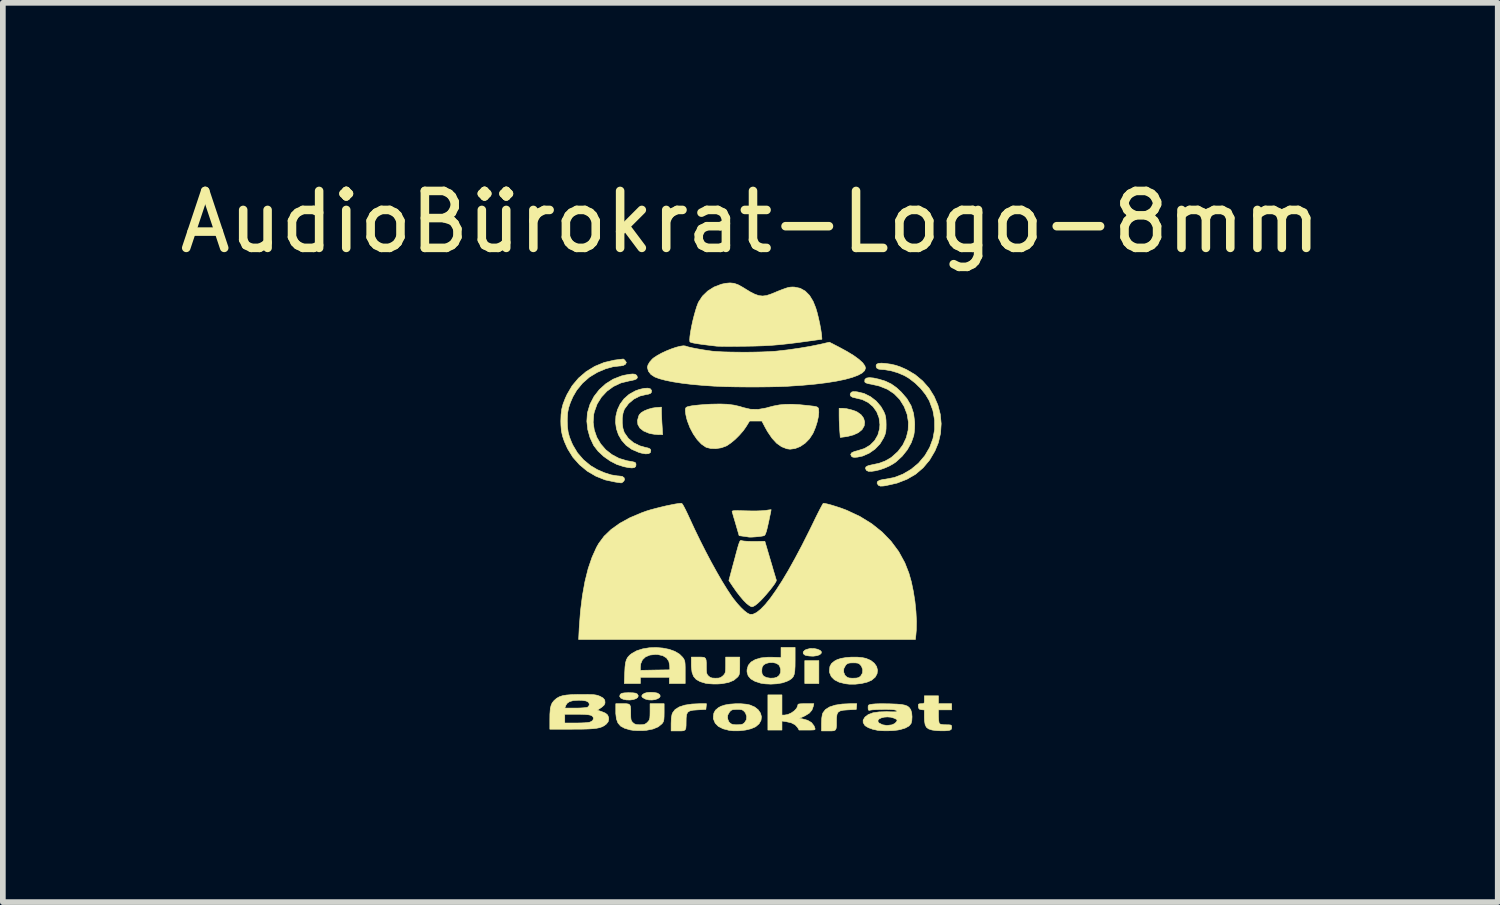
<source format=kicad_pcb>
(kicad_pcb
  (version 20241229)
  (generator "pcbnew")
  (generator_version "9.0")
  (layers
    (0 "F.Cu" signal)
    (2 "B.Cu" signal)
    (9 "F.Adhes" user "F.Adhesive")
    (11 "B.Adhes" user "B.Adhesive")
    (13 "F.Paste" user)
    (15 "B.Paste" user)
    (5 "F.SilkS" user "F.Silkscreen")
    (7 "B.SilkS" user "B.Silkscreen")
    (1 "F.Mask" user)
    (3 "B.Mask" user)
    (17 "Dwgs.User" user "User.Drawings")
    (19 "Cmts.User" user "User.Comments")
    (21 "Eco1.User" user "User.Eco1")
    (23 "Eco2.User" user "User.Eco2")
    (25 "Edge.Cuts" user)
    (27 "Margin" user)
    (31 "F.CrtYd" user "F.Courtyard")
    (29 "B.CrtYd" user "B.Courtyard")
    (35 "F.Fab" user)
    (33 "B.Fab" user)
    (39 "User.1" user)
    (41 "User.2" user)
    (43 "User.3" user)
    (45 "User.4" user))
  (footprint "AudioBürokrat-Logo-8mm"
    (layer "F.Cu")
    (at 10.125 5.848)
    (property "Reference" "AudioBürokrat-Logo-8mm" (at 0 -5 0) (layer "F.SilkS") (effects (font (size 1 1) (thickness 0.15))))
    (attr through_hole)
    (fp_poly (pts (xy 1.204 3.104) (xy 0.957 3.104) (xy 0.957 2.702) (xy 1.204 2.702) (xy 1.204 3.104)) (stroke (width 0.01) (type solid)) (fill yes) (layer "F.SilkS"))
    (fp_poly (pts (xy 1.126 2.491) (xy 1.178 2.502) (xy 1.227 2.523) (xy 1.249 2.548) (xy 1.245 2.574) (xy 1.219 2.598) (xy 1.173 2.615) (xy 1.109 2.624) (xy 1.091 2.624) (xy 1.034 2.621) (xy 0.985 2.613) (xy 0.961 2.606) (xy 0.931 2.581) (xy 0.929 2.551) (xy 0.955 2.522) (xy 0.98 2.508) (xy 1.051 2.489) (xy 1.126 2.491)) (stroke (width 0.01) (type solid)) (fill yes) (layer "F.SilkS"))
    (fp_poly (pts (xy -1.692 3.262) (xy -1.638 3.271) (xy -1.621 3.278) (xy -1.588 3.303) (xy -1.582 3.328) (xy -1.596 3.352) (xy -1.629 3.372) (xy -1.673 3.387) (xy -1.726 3.394) (xy -1.782 3.392) (xy -1.837 3.379) (xy -1.847 3.375) (xy -1.893 3.349) (xy -1.907 3.324) (xy -1.892 3.298) (xy -1.858 3.276) (xy -1.815 3.264) (xy -1.755 3.259) (xy -1.692 3.262)) (stroke (width 0.01) (type solid)) (fill yes) (layer "F.SilkS"))
    (fp_poly (pts (xy -2.06 3.268) (xy -2.015 3.274) (xy -1.988 3.287) (xy -1.984 3.29) (xy -1.967 3.32) (xy -1.977 3.348) (xy -2.007 3.37) (xy -2.054 3.386) (xy -2.112 3.394) (xy -2.176 3.392) (xy -2.233 3.38) (xy -2.276 3.359) (xy -2.294 3.329) (xy -2.284 3.297) (xy -2.278 3.29) (xy -2.254 3.276) (xy -2.213 3.269) (xy -2.148 3.266) (xy -2.131 3.266) (xy -2.06 3.268)) (stroke (width 0.01) (type solid)) (fill yes) (layer "F.SilkS"))
    (fp_poly (pts (xy 1.617 -1.729) (xy 1.688 -1.722) (xy 1.769 -1.703) (xy 1.846 -1.678) (xy 1.878 -1.663) (xy 1.946 -1.614) (xy 1.99 -1.554) (xy 2.008 -1.488) (xy 2 -1.42) (xy 1.963 -1.356) (xy 1.96 -1.352) (xy 1.899 -1.302) (xy 1.813 -1.262) (xy 1.711 -1.235) (xy 1.666 -1.228) (xy 1.58 -1.217) (xy 1.57 -1.346) (xy 1.565 -1.429) (xy 1.561 -1.522) (xy 1.56 -1.602) (xy 1.56 -1.729) (xy 1.617 -1.729)) (stroke (width 0.01) (type solid)) (fill yes) (layer "F.SilkS"))
    (fp_poly (pts (xy -1.56 -1.672) (xy -1.559 -1.623) (xy -1.556 -1.554) (xy -1.552 -1.477) (xy -1.549 -1.431) (xy -1.539 -1.266) (xy -1.623 -1.267) (xy -1.69 -1.273) (xy -1.759 -1.285) (xy -1.783 -1.292) (xy -1.874 -1.33) (xy -1.938 -1.381) (xy -1.974 -1.443) (xy -1.981 -1.514) (xy -1.959 -1.594) (xy -1.947 -1.618) (xy -1.916 -1.651) (xy -1.863 -1.683) (xy -1.795 -1.711) (xy -1.72 -1.732) (xy -1.66 -1.741) (xy -1.56 -1.749) (xy -1.56 -1.672)) (stroke (width 0.01) (type solid)) (fill yes) (layer "F.SilkS"))
    (fp_poly (pts (xy -0.775 3.509) (xy -0.78 3.559) (xy -0.924 3.567) (xy -1.007 3.573) (xy -1.063 3.586) (xy -1.099 3.609) (xy -1.118 3.648) (xy -1.126 3.707) (xy -1.127 3.768) (xy -1.128 3.842) (xy -1.132 3.891) (xy -1.145 3.919) (xy -1.171 3.933) (xy -1.214 3.937) (xy -1.268 3.937) (xy -1.39 3.937) (xy -1.39 3.805) (xy -1.386 3.711) (xy -1.374 3.645) (xy -1.364 3.619) (xy -1.32 3.561) (xy -1.248 3.516) (xy -1.15 3.484) (xy -1.025 3.465) (xy -0.891 3.459) (xy -0.77 3.459) (xy -0.775 3.509)) (stroke (width 0.01) (type solid)) (fill yes) (layer "F.SilkS"))
    (fp_poly (pts (xy 1.865 3.509) (xy 1.861 3.559) (xy 1.716 3.567) (xy 1.634 3.573) (xy 1.577 3.586) (xy 1.541 3.609) (xy 1.522 3.648) (xy 1.514 3.707) (xy 1.513 3.768) (xy 1.513 3.842) (xy 1.508 3.891) (xy 1.495 3.919) (xy 1.469 3.933) (xy 1.426 3.937) (xy 1.373 3.937) (xy 1.251 3.937) (xy 1.251 3.805) (xy 1.255 3.711) (xy 1.266 3.645) (xy 1.276 3.619) (xy 1.32 3.561) (xy 1.392 3.516) (xy 1.491 3.484) (xy 1.615 3.465) (xy 1.75 3.459) (xy 1.87 3.459) (xy 1.865 3.509)) (stroke (width 0.01) (type solid)) (fill yes) (layer "F.SilkS"))
    (fp_poly (pts (xy 0.556 3.659) (xy 0.598 3.659) (xy 0.658 3.649) (xy 0.719 3.622) (xy 0.773 3.584) (xy 0.814 3.54) (xy 0.833 3.496) (xy 0.834 3.488) (xy 0.837 3.474) (xy 0.849 3.465) (xy 0.877 3.461) (xy 0.925 3.459) (xy 0.975 3.459) (xy 1.116 3.459) (xy 1.106 3.505) (xy 1.082 3.571) (xy 1.037 3.624) (xy 0.966 3.668) (xy 0.952 3.675) (xy 0.86 3.716) (xy 0.914 3.725) (xy 1.006 3.75) (xy 1.074 3.79) (xy 1.119 3.848) (xy 1.134 3.887) (xy 1.138 3.903) (xy 1.134 3.914) (xy 1.116 3.919) (xy 1.079 3.921) (xy 1.018 3.922) (xy 1.001 3.922) (xy 0.857 3.922) (xy 0.83 3.875) (xy 0.786 3.828) (xy 0.715 3.793) (xy 0.625 3.773) (xy 0.556 3.763) (xy 0.556 3.922) (xy 0.309 3.922) (xy 0.309 3.304) (xy 0.556 3.304) (xy 0.556 3.659)) (stroke (width 0.01) (type solid)) (fill yes) (layer "F.SilkS"))
    (fp_poly (pts (xy 0.363 0.067) (xy 0.356 0.107) (xy 0.343 0.166) (xy 0.328 0.24) (xy 0.32 0.276) (xy 0.3 0.365) (xy 0.284 0.428) (xy 0.27 0.469) (xy 0.258 0.494) (xy 0.245 0.507) (xy 0.24 0.509) (xy 0.207 0.516) (xy 0.155 0.523) (xy 0.095 0.529) (xy 0.036 0.533) (xy -0.011 0.534) (xy -0.031 0.532) (xy -0.06 0.527) (xy -0.105 0.52) (xy -0.125 0.518) (xy -0.196 0.508) (xy -0.253 0.312) (xy -0.275 0.237) (xy -0.295 0.171) (xy -0.309 0.12) (xy -0.318 0.092) (xy -0.318 0.09) (xy -0.319 0.08) (xy -0.311 0.074) (xy -0.291 0.07) (xy -0.255 0.068) (xy -0.197 0.069) (xy -0.115 0.071) (xy -0.074 0.072) (xy 0.02 0.074) (xy 0.111 0.074) (xy 0.191 0.071) (xy 0.251 0.067) (xy 0.27 0.065) (xy 0.319 0.057) (xy 0.354 0.053) (xy 0.366 0.052) (xy 0.363 0.067)) (stroke (width 0.01) (type solid)) (fill yes) (layer "F.SilkS"))
    (fp_poly (pts (xy 3.304 3.459) (xy 3.536 3.459) (xy 3.536 3.567) (xy 3.304 3.567) (xy 3.304 3.68) (xy 3.307 3.743) (xy 3.314 3.79) (xy 3.323 3.811) (xy 3.348 3.821) (xy 3.394 3.828) (xy 3.439 3.829) (xy 3.492 3.83) (xy 3.521 3.834) (xy 3.533 3.844) (xy 3.536 3.864) (xy 3.536 3.874) (xy 3.531 3.906) (xy 3.509 3.922) (xy 3.488 3.928) (xy 3.427 3.934) (xy 3.35 3.935) (xy 3.269 3.931) (xy 3.198 3.922) (xy 3.185 3.919) (xy 3.13 3.901) (xy 3.092 3.871) (xy 3.07 3.825) (xy 3.059 3.757) (xy 3.057 3.697) (xy 3.057 3.569) (xy 3.007 3.564) (xy 2.972 3.556) (xy 2.956 3.536) (xy 2.952 3.509) (xy 2.951 3.476) (xy 2.963 3.462) (xy 2.995 3.459) (xy 3.002 3.459) (xy 3.036 3.457) (xy 3.052 3.447) (xy 3.057 3.421) (xy 3.057 3.389) (xy 3.057 3.32) (xy 3.304 3.32) (xy 3.304 3.459)) (stroke (width 0.01) (type solid)) (fill yes) (layer "F.SilkS"))
    (fp_poly (pts (xy -1.754 -2.07) (xy -1.734 -2.043) (xy -1.736 -2.01) (xy -1.752 -1.99) (xy -1.787 -1.977) (xy -1.824 -1.971) (xy -1.94 -1.943) (xy -2.046 -1.889) (xy -2.137 -1.812) (xy -2.207 -1.718) (xy -2.212 -1.71) (xy -2.235 -1.642) (xy -2.248 -1.557) (xy -2.248 -1.465) (xy -2.237 -1.379) (xy -2.215 -1.308) (xy -2.212 -1.301) (xy -2.142 -1.201) (xy -2.051 -1.124) (xy -1.939 -1.069) (xy -1.847 -1.043) (xy -1.794 -1.031) (xy -1.764 -1.018) (xy -1.75 -1.001) (xy -1.747 -0.989) (xy -1.754 -0.952) (xy -1.785 -0.932) (xy -1.839 -0.928) (xy -1.915 -0.942) (xy -1.962 -0.956) (xy -2.082 -1.008) (xy -2.181 -1.079) (xy -2.258 -1.166) (xy -2.315 -1.264) (xy -2.351 -1.37) (xy -2.366 -1.481) (xy -2.36 -1.592) (xy -2.333 -1.701) (xy -2.285 -1.803) (xy -2.217 -1.895) (xy -2.128 -1.973) (xy -2.019 -2.034) (xy -1.947 -2.06) (xy -1.863 -2.079) (xy -1.798 -2.082) (xy -1.754 -2.07)) (stroke (width 0.01) (type solid)) (fill yes) (layer "F.SilkS"))
    (fp_poly (pts (xy -0.155 0.594) (xy -0.142 0.598) (xy -0.142 0.598) (xy -0.11 0.603) (xy -0.055 0.607) (xy 0.014 0.609) (xy 0.078 0.609) (xy 0.256 0.608) (xy 0.354 0.941) (xy 0.383 1.038) (xy 0.408 1.125) (xy 0.43 1.198) (xy 0.446 1.252) (xy 0.456 1.284) (xy 0.458 1.289) (xy 0.452 1.312) (xy 0.429 1.352) (xy 0.391 1.404) (xy 0.344 1.465) (xy 0.29 1.529) (xy 0.235 1.592) (xy 0.181 1.649) (xy 0.132 1.695) (xy 0.094 1.726) (xy 0.088 1.73) (xy 0.052 1.751) (xy 0.029 1.758) (xy 0.005 1.749) (xy -0.025 1.73) (xy -0.067 1.697) (xy -0.12 1.643) (xy -0.18 1.572) (xy -0.243 1.491) (xy -0.304 1.403) (xy -0.306 1.401) (xy -0.376 1.296) (xy -0.303 1.022) (xy -0.269 0.897) (xy -0.243 0.798) (xy -0.222 0.722) (xy -0.206 0.667) (xy -0.193 0.63) (xy -0.183 0.607) (xy -0.174 0.596) (xy -0.165 0.592) (xy -0.155 0.594)) (stroke (width 0.01) (type solid)) (fill yes) (layer "F.SilkS"))
    (fp_poly (pts (xy -1.537 2.482) (xy -1.425 2.504) (xy -1.325 2.54) (xy -1.243 2.589) (xy -1.188 2.644) (xy -1.169 2.671) (xy -1.157 2.695) (xy -1.149 2.723) (xy -1.145 2.762) (xy -1.143 2.818) (xy -1.143 2.898) (xy -1.143 2.905) (xy -1.143 3.104) (xy -1.421 3.104) (xy -1.421 2.996) (xy -1.93 2.996) (xy -1.93 3.104) (xy -2.212 3.104) (xy -2.205 2.914) (xy -2.2 2.817) (xy -1.93 2.817) (xy -1.93 2.873) (xy -1.671 2.868) (xy -1.413 2.864) (xy -1.415 2.789) (xy -1.431 2.713) (xy -1.471 2.655) (xy -1.535 2.616) (xy -1.621 2.596) (xy -1.667 2.594) (xy -1.764 2.605) (xy -1.84 2.637) (xy -1.894 2.688) (xy -1.924 2.758) (xy -1.93 2.817) (xy -2.2 2.817) (xy -2.2 2.816) (xy -2.191 2.741) (xy -2.175 2.686) (xy -2.151 2.643) (xy -2.117 2.606) (xy -2.081 2.578) (xy -1.994 2.529) (xy -1.89 2.496) (xy -1.775 2.477) (xy -1.656 2.472) (xy -1.537 2.482)) (stroke (width 0.01) (type solid)) (fill yes) (layer "F.SilkS"))
    (fp_poly (pts (xy -2.179 3.459) (xy -2.139 3.465) (xy -2.116 3.48) (xy -2.104 3.511) (xy -2.1 3.562) (xy -2.1 3.631) (xy -2.099 3.694) (xy -2.095 3.735) (xy -2.085 3.763) (xy -2.068 3.786) (xy -2.062 3.791) (xy -2.033 3.814) (xy -1.998 3.826) (xy -1.945 3.829) (xy -1.937 3.829) (xy -1.883 3.827) (xy -1.848 3.817) (xy -1.817 3.796) (xy -1.805 3.784) (xy -1.784 3.761) (xy -1.771 3.739) (xy -1.764 3.709) (xy -1.761 3.664) (xy -1.76 3.599) (xy -1.76 3.459) (xy -1.513 3.459) (xy -1.513 3.612) (xy -1.514 3.684) (xy -1.517 3.732) (xy -1.523 3.765) (xy -1.535 3.789) (xy -1.551 3.811) (xy -1.617 3.865) (xy -1.708 3.903) (xy -1.824 3.926) (xy -1.89 3.931) (xy -1.972 3.931) (xy -2.052 3.927) (xy -2.114 3.918) (xy -2.116 3.917) (xy -2.209 3.889) (xy -2.278 3.851) (xy -2.324 3.797) (xy -2.351 3.725) (xy -2.362 3.63) (xy -2.362 3.591) (xy -2.362 3.459) (xy -2.241 3.459) (xy -2.179 3.459)) (stroke (width 0.01) (type solid)) (fill yes) (layer "F.SilkS"))
    (fp_poly (pts (xy -0.852 2.641) (xy -0.811 2.646) (xy -0.788 2.662) (xy -0.776 2.692) (xy -0.772 2.744) (xy -0.772 2.812) (xy -0.771 2.876) (xy -0.767 2.917) (xy -0.757 2.945) (xy -0.74 2.967) (xy -0.734 2.973) (xy -0.705 2.996) (xy -0.67 3.008) (xy -0.618 3.011) (xy -0.609 3.011) (xy -0.555 3.009) (xy -0.52 2.999) (xy -0.49 2.977) (xy -0.477 2.966) (xy -0.456 2.943) (xy -0.443 2.92) (xy -0.436 2.89) (xy -0.433 2.845) (xy -0.432 2.781) (xy -0.432 2.64) (xy -0.185 2.64) (xy -0.185 2.794) (xy -0.186 2.865) (xy -0.189 2.914) (xy -0.195 2.946) (xy -0.207 2.971) (xy -0.224 2.992) (xy -0.289 3.047) (xy -0.38 3.085) (xy -0.496 3.107) (xy -0.562 3.112) (xy -0.645 3.113) (xy -0.724 3.108) (xy -0.786 3.1) (xy -0.788 3.099) (xy -0.881 3.071) (xy -0.95 3.032) (xy -0.996 2.979) (xy -1.023 2.907) (xy -1.034 2.812) (xy -1.035 2.773) (xy -1.035 2.64) (xy -0.913 2.64) (xy -0.852 2.641)) (stroke (width 0.01) (type solid)) (fill yes) (layer "F.SilkS"))
    (fp_poly (pts (xy 1.85 -2.02) (xy 1.878 -2.017) (xy 1.997 -1.989) (xy 2.11 -1.933) (xy 2.211 -1.855) (xy 2.294 -1.758) (xy 2.344 -1.671) (xy 2.365 -1.621) (xy 2.377 -1.574) (xy 2.383 -1.519) (xy 2.385 -1.444) (xy 2.385 -1.444) (xy 2.384 -1.371) (xy 2.379 -1.317) (xy 2.367 -1.271) (xy 2.346 -1.22) (xy 2.341 -1.209) (xy 2.277 -1.103) (xy 2.19 -1.012) (xy 2.087 -0.94) (xy 1.973 -0.89) (xy 1.883 -0.871) (xy 1.83 -0.867) (xy 1.799 -0.871) (xy 1.779 -0.884) (xy 1.776 -0.887) (xy 1.763 -0.919) (xy 1.779 -0.946) (xy 1.826 -0.969) (xy 1.884 -0.984) (xy 2.004 -1.022) (xy 2.105 -1.082) (xy 2.184 -1.162) (xy 2.24 -1.259) (xy 2.271 -1.371) (xy 2.276 -1.444) (xy 2.261 -1.561) (xy 2.22 -1.667) (xy 2.155 -1.758) (xy 2.069 -1.831) (xy 1.965 -1.882) (xy 1.856 -1.908) (xy 1.794 -1.923) (xy 1.76 -1.946) (xy 1.754 -1.977) (xy 1.766 -2) (xy 1.783 -2.015) (xy 1.808 -2.021) (xy 1.85 -2.02)) (stroke (width 0.01) (type solid)) (fill yes) (layer "F.SilkS"))
    (fp_poly (pts (xy 0.787 2.698) (xy 0.786 2.804) (xy 0.781 2.884) (xy 0.771 2.943) (xy 0.753 2.986) (xy 0.725 3.018) (xy 0.685 3.045) (xy 0.64 3.067) (xy 0.562 3.093) (xy 0.466 3.109) (xy 0.361 3.115) (xy 0.259 3.11) (xy 0.185 3.099) (xy 0.083 3.066) (xy 0.009 3.023) (xy -0.037 2.969) (xy -0.057 2.902) (xy -0.057 2.879) (xy 0.201 2.879) (xy 0.205 2.927) (xy 0.221 2.96) (xy 0.241 2.979) (xy 0.289 3.001) (xy 0.353 3.011) (xy 0.419 3.008) (xy 0.469 2.993) (xy 0.51 2.96) (xy 0.532 2.91) (xy 0.534 2.853) (xy 0.514 2.797) (xy 0.499 2.776) (xy 0.456 2.749) (xy 0.397 2.736) (xy 0.332 2.738) (xy 0.272 2.754) (xy 0.231 2.78) (xy 0.207 2.821) (xy 0.201 2.879) (xy -0.057 2.879) (xy -0.056 2.857) (xy -0.035 2.785) (xy 0.014 2.727) (xy 0.088 2.684) (xy 0.186 2.655) (xy 0.307 2.643) (xy 0.387 2.643) (xy 0.54 2.648) (xy 0.54 2.559) (xy 0.54 2.471) (xy 0.787 2.471) (xy 0.787 2.698)) (stroke (width 0.01) (type solid)) (fill yes) (layer "F.SilkS"))
    (fp_poly (pts (xy -2.024 -2.326) (xy -1.999 -2.31) (xy -1.991 -2.3) (xy -1.982 -2.27) (xy -1.994 -2.247) (xy -2.029 -2.23) (xy -2.091 -2.215) (xy -2.127 -2.209) (xy -2.271 -2.174) (xy -2.403 -2.112) (xy -2.518 -2.028) (xy -2.614 -1.925) (xy -2.689 -1.805) (xy -2.738 -1.67) (xy -2.749 -1.622) (xy -2.759 -1.483) (xy -2.74 -1.348) (xy -2.696 -1.221) (xy -2.628 -1.104) (xy -2.539 -1.001) (xy -2.431 -0.916) (xy -2.307 -0.85) (xy -2.169 -0.808) (xy -2.14 -0.803) (xy -2.076 -0.792) (xy -2.037 -0.783) (xy -2.016 -0.772) (xy -2.009 -0.756) (xy -2.007 -0.734) (xy -2.014 -0.704) (xy -2.037 -0.687) (xy -2.079 -0.681) (xy -2.144 -0.688) (xy -2.219 -0.703) (xy -2.34 -0.741) (xy -2.46 -0.803) (xy -2.573 -0.882) (xy -2.671 -0.973) (xy -2.746 -1.07) (xy -2.753 -1.082) (xy -2.814 -1.213) (xy -2.854 -1.355) (xy -2.87 -1.5) (xy -2.861 -1.638) (xy -2.858 -1.655) (xy -2.814 -1.801) (xy -2.744 -1.936) (xy -2.651 -2.056) (xy -2.538 -2.158) (xy -2.409 -2.239) (xy -2.267 -2.295) (xy -2.212 -2.309) (xy -2.126 -2.325) (xy -2.065 -2.331) (xy -2.024 -2.326)) (stroke (width 0.01) (type solid)) (fill yes) (layer "F.SilkS"))
    (fp_poly (pts (xy -0.162 3.46) (xy -0.07 3.468) (xy -0.008 3.481) (xy 0.077 3.517) (xy 0.139 3.566) (xy 0.179 3.625) (xy 0.196 3.688) (xy 0.188 3.752) (xy 0.154 3.812) (xy 0.094 3.863) (xy 0.087 3.867) (xy 0.011 3.899) (xy -0.086 3.922) (xy -0.192 3.934) (xy -0.299 3.935) (xy -0.371 3.927) (xy -0.478 3.899) (xy -0.561 3.857) (xy -0.616 3.801) (xy -0.645 3.732) (xy -0.646 3.719) (xy -0.4 3.719) (xy -0.378 3.774) (xy -0.364 3.791) (xy -0.336 3.813) (xy -0.304 3.825) (xy -0.256 3.829) (xy -0.232 3.829) (xy -0.175 3.827) (xy -0.138 3.819) (xy -0.11 3.801) (xy -0.1 3.791) (xy -0.068 3.74) (xy -0.063 3.681) (xy -0.084 3.622) (xy -0.099 3.603) (xy -0.123 3.578) (xy -0.15 3.565) (xy -0.189 3.56) (xy -0.232 3.56) (xy -0.287 3.561) (xy -0.322 3.568) (xy -0.346 3.584) (xy -0.364 3.603) (xy -0.396 3.659) (xy -0.4 3.719) (xy -0.646 3.719) (xy -0.649 3.692) (xy -0.64 3.625) (xy -0.612 3.573) (xy -0.56 3.529) (xy -0.514 3.504) (xy -0.447 3.482) (xy -0.36 3.467) (xy -0.262 3.46) (xy -0.162 3.46)) (stroke (width 0.01) (type solid)) (fill yes) (layer "F.SilkS"))
    (fp_poly (pts (xy 1.876 2.641) (xy 1.968 2.65) (xy 2.031 2.663) (xy 2.115 2.699) (xy 2.177 2.748) (xy 2.218 2.806) (xy 2.234 2.87) (xy 2.226 2.933) (xy 2.193 2.993) (xy 2.132 3.045) (xy 2.125 3.049) (xy 2.049 3.081) (xy 1.952 3.104) (xy 1.846 3.116) (xy 1.739 3.116) (xy 1.668 3.108) (xy 1.56 3.081) (xy 1.478 3.039) (xy 1.422 2.983) (xy 1.393 2.914) (xy 1.392 2.9) (xy 1.638 2.9) (xy 1.66 2.956) (xy 1.675 2.973) (xy 1.702 2.995) (xy 1.734 3.007) (xy 1.782 3.011) (xy 1.807 3.011) (xy 1.863 3.009) (xy 1.9 3.001) (xy 1.928 2.983) (xy 1.939 2.973) (xy 1.97 2.921) (xy 1.975 2.862) (xy 1.954 2.804) (xy 1.939 2.784) (xy 1.915 2.76) (xy 1.889 2.747) (xy 1.849 2.742) (xy 1.807 2.741) (xy 1.751 2.743) (xy 1.717 2.75) (xy 1.692 2.765) (xy 1.674 2.784) (xy 1.643 2.841) (xy 1.638 2.9) (xy 1.392 2.9) (xy 1.39 2.874) (xy 1.398 2.806) (xy 1.426 2.754) (xy 1.478 2.711) (xy 1.524 2.686) (xy 1.591 2.664) (xy 1.678 2.649) (xy 1.776 2.641) (xy 1.876 2.641)) (stroke (width 0.01) (type solid)) (fill yes) (layer "F.SilkS"))
    (fp_poly (pts (xy 2.166 -2.26) (xy 2.261 -2.239) (xy 2.376 -2.203) (xy 2.474 -2.156) (xy 2.565 -2.092) (xy 2.649 -2.015) (xy 2.75 -1.898) (xy 2.823 -1.774) (xy 2.867 -1.639) (xy 2.886 -1.489) (xy 2.887 -1.444) (xy 2.885 -1.374) (xy 2.879 -1.306) (xy 2.871 -1.254) (xy 2.871 -1.251) (xy 2.827 -1.125) (xy 2.758 -1.001) (xy 2.668 -0.888) (xy 2.563 -0.791) (xy 2.512 -0.755) (xy 2.439 -0.714) (xy 2.359 -0.679) (xy 2.276 -0.65) (xy 2.197 -0.631) (xy 2.128 -0.621) (xy 2.074 -0.622) (xy 2.041 -0.637) (xy 2.04 -0.638) (xy 2.022 -0.673) (xy 2.031 -0.699) (xy 2.068 -0.72) (xy 2.131 -0.735) (xy 2.258 -0.762) (xy 2.365 -0.801) (xy 2.459 -0.854) (xy 2.483 -0.871) (xy 2.593 -0.97) (xy 2.679 -1.085) (xy 2.739 -1.211) (xy 2.772 -1.345) (xy 2.777 -1.483) (xy 2.754 -1.623) (xy 2.702 -1.759) (xy 2.701 -1.76) (xy 2.624 -1.884) (xy 2.526 -1.984) (xy 2.407 -2.063) (xy 2.267 -2.119) (xy 2.131 -2.15) (xy 2.068 -2.162) (xy 2.031 -2.174) (xy 2.013 -2.188) (xy 2.01 -2.197) (xy 2.013 -2.236) (xy 2.039 -2.259) (xy 2.09 -2.267) (xy 2.166 -2.26)) (stroke (width 0.01) (type solid)) (fill yes) (layer "F.SilkS"))
    (fp_poly (pts (xy 2.372 -2.516) (xy 2.473 -2.502) (xy 2.558 -2.482) (xy 2.641 -2.453) (xy 2.736 -2.411) (xy 2.741 -2.409) (xy 2.894 -2.319) (xy 3.027 -2.208) (xy 3.139 -2.081) (xy 3.228 -1.938) (xy 3.294 -1.785) (xy 3.336 -1.624) (xy 3.352 -1.458) (xy 3.341 -1.29) (xy 3.302 -1.123) (xy 3.243 -0.98) (xy 3.149 -0.82) (xy 3.035 -0.684) (xy 2.903 -0.571) (xy 2.75 -0.482) (xy 2.577 -0.415) (xy 2.383 -0.371) (xy 2.337 -0.364) (xy 2.285 -0.362) (xy 2.253 -0.375) (xy 2.248 -0.379) (xy 2.226 -0.414) (xy 2.234 -0.442) (xy 2.271 -0.464) (xy 2.336 -0.48) (xy 2.369 -0.483) (xy 2.527 -0.513) (xy 2.68 -0.572) (xy 2.824 -0.657) (xy 2.954 -0.765) (xy 2.955 -0.766) (xy 3.067 -0.899) (xy 3.151 -1.043) (xy 3.208 -1.198) (xy 3.237 -1.358) (xy 3.236 -1.523) (xy 3.207 -1.688) (xy 3.147 -1.852) (xy 3.141 -1.865) (xy 3.078 -1.97) (xy 2.994 -2.075) (xy 2.895 -2.172) (xy 2.789 -2.254) (xy 2.702 -2.305) (xy 2.585 -2.354) (xy 2.467 -2.388) (xy 2.357 -2.407) (xy 2.315 -2.409) (xy 2.254 -2.416) (xy 2.219 -2.437) (xy 2.208 -2.473) (xy 2.218 -2.501) (xy 2.249 -2.517) (xy 2.304 -2.521) (xy 2.372 -2.516)) (stroke (width 0.01) (type solid)) (fill yes) (layer "F.SilkS"))
    (fp_poly (pts (xy -0.285 -3.923) (xy -0.214 -3.898) (xy -0.134 -3.854) (xy -0.105 -3.836) (xy -0.004 -3.774) (xy 0.079 -3.732) (xy 0.15 -3.707) (xy 0.217 -3.7) (xy 0.284 -3.708) (xy 0.357 -3.732) (xy 0.386 -3.743) (xy 0.486 -3.785) (xy 0.563 -3.815) (xy 0.622 -3.836) (xy 0.667 -3.85) (xy 0.705 -3.856) (xy 0.739 -3.858) (xy 0.775 -3.857) (xy 0.876 -3.836) (xy 0.964 -3.787) (xy 1.04 -3.711) (xy 1.103 -3.607) (xy 1.149 -3.493) (xy 1.173 -3.413) (xy 1.197 -3.316) (xy 1.22 -3.212) (xy 1.238 -3.113) (xy 1.251 -3.029) (xy 1.253 -3.003) (xy 1.258 -2.941) (xy 1.019 -2.908) (xy 0.831 -2.882) (xy 0.666 -2.862) (xy 0.516 -2.846) (xy 0.372 -2.834) (xy 0.228 -2.826) (xy 0.075 -2.821) (xy -0.094 -2.818) (xy -0.108 -2.818) (xy -0.222 -2.817) (xy -0.329 -2.816) (xy -0.424 -2.816) (xy -0.501 -2.817) (xy -0.557 -2.818) (xy -0.587 -2.819) (xy -0.587 -2.819) (xy -0.73 -2.836) (xy -0.844 -2.85) (xy -0.932 -2.863) (xy -0.995 -2.874) (xy -1.036 -2.884) (xy -1.057 -2.893) (xy -1.061 -2.897) (xy -1.064 -2.932) (xy -1.06 -2.991) (xy -1.049 -3.068) (xy -1.033 -3.156) (xy -1.013 -3.251) (xy -0.989 -3.347) (xy -0.964 -3.437) (xy -0.939 -3.517) (xy -0.915 -3.58) (xy -0.909 -3.593) (xy -0.84 -3.698) (xy -0.747 -3.788) (xy -0.636 -3.858) (xy -0.508 -3.907) (xy -0.434 -3.923) (xy -0.356 -3.93) (xy -0.285 -3.923)) (stroke (width 0.01) (type solid)) (fill yes) (layer "F.SilkS"))
    (fp_poly (pts (xy 1.555 -2.804) (xy 1.697 -2.727) (xy 1.815 -2.655) (xy 1.907 -2.588) (xy 1.974 -2.527) (xy 2.012 -2.474) (xy 2.023 -2.435) (xy 2.008 -2.39) (xy 1.963 -2.348) (xy 1.889 -2.308) (xy 1.789 -2.271) (xy 1.662 -2.236) (xy 1.511 -2.205) (xy 1.336 -2.177) (xy 1.139 -2.153) (xy 0.921 -2.133) (xy 0.682 -2.117) (xy 0.656 -2.115) (xy 0.502 -2.109) (xy 0.325 -2.105) (xy 0.134 -2.103) (xy -0.062 -2.103) (xy -0.256 -2.105) (xy -0.439 -2.109) (xy -0.603 -2.116) (xy -0.633 -2.117) (xy -0.837 -2.131) (xy -1.028 -2.148) (xy -1.202 -2.169) (xy -1.357 -2.193) (xy -1.49 -2.22) (xy -1.599 -2.249) (xy -1.678 -2.279) (xy -1.745 -2.323) (xy -1.789 -2.38) (xy -1.806 -2.443) (xy -1.807 -2.45) (xy -1.795 -2.493) (xy -1.764 -2.544) (xy -1.72 -2.594) (xy -1.696 -2.614) (xy -1.634 -2.655) (xy -1.558 -2.697) (xy -1.474 -2.736) (xy -1.387 -2.771) (xy -1.305 -2.799) (xy -1.232 -2.818) (xy -1.175 -2.826) (xy -1.143 -2.823) (xy -1.095 -2.808) (xy -1.024 -2.791) (xy -0.936 -2.774) (xy -0.84 -2.757) (xy -0.743 -2.742) (xy -0.664 -2.731) (xy -0.582 -2.725) (xy -0.476 -2.719) (xy -0.352 -2.716) (xy -0.216 -2.714) (xy -0.074 -2.713) (xy 0.066 -2.715) (xy 0.2 -2.718) (xy 0.321 -2.723) (xy 0.421 -2.729) (xy 0.448 -2.731) (xy 0.651 -2.754) (xy 0.856 -2.783) (xy 1.051 -2.816) (xy 1.213 -2.849) (xy 1.389 -2.889) (xy 1.555 -2.804)) (stroke (width 0.01) (type solid)) (fill yes) (layer "F.SilkS"))
    (fp_poly (pts (xy -2.214 -2.583) (xy -2.194 -2.56) (xy -2.179 -2.538) (xy -2.177 -2.532) (xy -2.191 -2.503) (xy -2.229 -2.481) (xy -2.284 -2.471) (xy -2.299 -2.471) (xy -2.413 -2.458) (xy -2.543 -2.421) (xy -2.686 -2.36) (xy -2.824 -2.277) (xy -2.946 -2.17) (xy -3.048 -2.046) (xy -3.116 -1.929) (xy -3.16 -1.827) (xy -3.19 -1.737) (xy -3.207 -1.65) (xy -3.213 -1.552) (xy -3.214 -1.504) (xy -3.21 -1.399) (xy -3.198 -1.309) (xy -3.175 -1.224) (xy -3.138 -1.13) (xy -3.116 -1.082) (xy -3.035 -0.946) (xy -2.929 -0.824) (xy -2.805 -0.721) (xy -2.686 -0.651) (xy -2.559 -0.596) (xy -2.441 -0.559) (xy -2.337 -0.542) (xy -2.308 -0.54) (xy -2.249 -0.533) (xy -2.216 -0.509) (xy -2.208 -0.476) (xy -2.219 -0.453) (xy -2.242 -0.43) (xy -2.267 -0.418) (xy -2.273 -0.419) (xy -2.289 -0.422) (xy -2.328 -0.427) (xy -2.375 -0.434) (xy -2.548 -0.471) (xy -2.711 -0.536) (xy -2.863 -0.625) (xy -2.998 -0.737) (xy -3.114 -0.867) (xy -3.206 -1.015) (xy -3.217 -1.038) (xy -3.265 -1.146) (xy -3.297 -1.24) (xy -3.317 -1.331) (xy -3.325 -1.431) (xy -3.327 -1.505) (xy -3.323 -1.617) (xy -3.311 -1.713) (xy -3.288 -1.803) (xy -3.25 -1.901) (xy -3.217 -1.973) (xy -3.128 -2.125) (xy -3.015 -2.259) (xy -2.882 -2.373) (xy -2.731 -2.465) (xy -2.566 -2.533) (xy -2.389 -2.574) (xy -2.36 -2.578) (xy -2.301 -2.585) (xy -2.256 -2.591) (xy -2.231 -2.594) (xy -2.229 -2.594) (xy -2.214 -2.583)) (stroke (width 0.01) (type solid)) (fill yes) (layer "F.SilkS"))
    (fp_poly (pts (xy -0.399 -1.799) (xy -0.286 -1.784) (xy -0.182 -1.76) (xy -0.126 -1.742) (xy 0.002 -1.712) (xy 0.139 -1.709) (xy 0.28 -1.734) (xy 0.298 -1.74) (xy 0.406 -1.768) (xy 0.511 -1.788) (xy 0.62 -1.798) (xy 0.738 -1.799) (xy 0.872 -1.791) (xy 1.029 -1.775) (xy 1.046 -1.773) (xy 1.114 -1.765) (xy 1.157 -1.757) (xy 1.181 -1.747) (xy 1.193 -1.734) (xy 1.199 -1.719) (xy 1.203 -1.659) (xy 1.195 -1.579) (xy 1.175 -1.488) (xy 1.145 -1.393) (xy 1.107 -1.302) (xy 1.098 -1.284) (xy 1.038 -1.192) (xy 0.963 -1.116) (xy 0.878 -1.058) (xy 0.788 -1.022) (xy 0.698 -1.01) (xy 0.641 -1.018) (xy 0.549 -1.054) (xy 0.463 -1.115) (xy 0.382 -1.203) (xy 0.303 -1.319) (xy 0.261 -1.394) (xy 0.203 -1.505) (xy -0.012 -1.505) (xy -0.072 -1.408) (xy -0.123 -1.335) (xy -0.19 -1.258) (xy -0.264 -1.184) (xy -0.34 -1.121) (xy -0.408 -1.074) (xy -0.426 -1.065) (xy -0.509 -1.035) (xy -0.6 -1.021) (xy -0.689 -1.022) (xy -0.765 -1.04) (xy -0.783 -1.048) (xy -0.858 -1.1) (xy -0.932 -1.178) (xy -1 -1.276) (xy -1.059 -1.387) (xy -1.105 -1.507) (xy -1.119 -1.557) (xy -1.132 -1.617) (xy -1.139 -1.672) (xy -1.14 -1.704) (xy -1.136 -1.729) (xy -1.125 -1.745) (xy -1.101 -1.756) (xy -1.057 -1.766) (xy -1.027 -1.772) (xy -0.971 -1.779) (xy -0.894 -1.787) (xy -0.804 -1.794) (xy -0.711 -1.8) (xy -0.684 -1.801) (xy -0.53 -1.804) (xy -0.399 -1.799)) (stroke (width 0.01) (type solid)) (fill yes) (layer "F.SilkS"))
    (fp_poly (pts (xy -1.203 -0.058) (xy -1.189 -0.042) (xy -1.166 -0.002) (xy -1.136 0.056) (xy -1.101 0.128) (xy -1.074 0.187) (xy -0.981 0.388) (xy -0.884 0.588) (xy -0.785 0.784) (xy -0.686 0.972) (xy -0.588 1.149) (xy -0.495 1.31) (xy -0.408 1.451) (xy -0.33 1.569) (xy -0.297 1.615) (xy -0.233 1.695) (xy -0.167 1.768) (xy -0.105 1.827) (xy -0.05 1.869) (xy -0.007 1.89) (xy 0.047 1.888) (xy 0.111 1.858) (xy 0.184 1.799) (xy 0.266 1.714) (xy 0.356 1.602) (xy 0.453 1.465) (xy 0.558 1.303) (xy 0.669 1.117) (xy 0.786 0.907) (xy 0.909 0.675) (xy 1.037 0.421) (xy 1.107 0.278) (xy 1.152 0.185) (xy 1.194 0.101) (xy 1.23 0.031) (xy 1.258 -0.021) (xy 1.276 -0.052) (xy 1.281 -0.059) (xy 1.306 -0.058) (xy 1.354 -0.048) (xy 1.418 -0.031) (xy 1.493 -0.008) (xy 1.571 0.017) (xy 1.648 0.045) (xy 1.697 0.064) (xy 1.925 0.171) (xy 2.131 0.298) (xy 2.313 0.443) (xy 2.471 0.606) (xy 2.605 0.786) (xy 2.713 0.983) (xy 2.785 1.166) (xy 2.828 1.318) (xy 2.863 1.486) (xy 2.891 1.663) (xy 2.909 1.841) (xy 2.918 2.012) (xy 2.915 2.167) (xy 2.908 2.25) (xy 2.899 2.332) (xy -3.014 2.332) (xy -3.004 2.127) (xy -2.982 1.834) (xy -2.948 1.562) (xy -2.903 1.312) (xy -2.847 1.087) (xy -2.779 0.888) (xy -2.701 0.715) (xy -2.662 0.646) (xy -2.567 0.518) (xy -2.444 0.4) (xy -2.293 0.292) (xy -2.115 0.194) (xy -1.912 0.108) (xy -1.824 0.076) (xy -1.749 0.053) (xy -1.663 0.03) (xy -1.571 0.007) (xy -1.479 -0.015) (xy -1.391 -0.033) (xy -1.314 -0.048) (xy -1.253 -0.057) (xy -1.213 -0.06) (xy -1.203 -0.058)) (stroke (width 0.01) (type solid)) (fill yes) (layer "F.SilkS"))
    (fp_poly (pts (xy 2.441 3.461) (xy 2.466 3.462) (xy 2.574 3.466) (xy 2.656 3.473) (xy 2.716 3.485) (xy 2.76 3.502) (xy 2.79 3.526) (xy 2.814 3.559) (xy 2.818 3.566) (xy 2.834 3.62) (xy 2.84 3.688) (xy 2.836 3.756) (xy 2.823 3.807) (xy 2.787 3.85) (xy 2.724 3.885) (xy 2.637 3.912) (xy 2.592 3.921) (xy 2.518 3.93) (xy 2.43 3.934) (xy 2.343 3.934) (xy 2.268 3.93) (xy 2.239 3.927) (xy 2.148 3.907) (xy 2.074 3.88) (xy 2.022 3.849) (xy 2.008 3.835) (xy 1.982 3.789) (xy 1.982 3.751) (xy 2.242 3.751) (xy 2.244 3.778) (xy 2.261 3.798) (xy 2.322 3.829) (xy 2.398 3.841) (xy 2.481 3.831) (xy 2.49 3.829) (xy 2.538 3.806) (xy 2.57 3.773) (xy 2.579 3.745) (xy 2.566 3.733) (xy 2.534 3.717) (xy 2.525 3.713) (xy 2.468 3.696) (xy 2.408 3.691) (xy 2.35 3.695) (xy 2.3 3.708) (xy 2.262 3.727) (xy 2.242 3.751) (xy 1.982 3.751) (xy 1.982 3.747) (xy 2.009 3.701) (xy 2.015 3.693) (xy 2.071 3.65) (xy 2.153 3.619) (xy 2.262 3.603) (xy 2.398 3.599) (xy 2.422 3.6) (xy 2.496 3.602) (xy 2.544 3.602) (xy 2.569 3.6) (xy 2.577 3.594) (xy 2.572 3.584) (xy 2.57 3.582) (xy 2.553 3.572) (xy 2.522 3.565) (xy 2.473 3.561) (xy 2.401 3.559) (xy 2.358 3.559) (xy 2.28 3.56) (xy 2.208 3.563) (xy 2.151 3.566) (xy 2.119 3.57) (xy 2.085 3.576) (xy 2.072 3.567) (xy 2.069 3.535) (xy 2.069 3.529) (xy 2.07 3.499) (xy 2.08 3.482) (xy 2.104 3.473) (xy 2.152 3.466) (xy 2.153 3.466) (xy 2.2 3.462) (xy 2.269 3.46) (xy 2.352 3.46) (xy 2.441 3.461)) (stroke (width 0.01) (type solid)) (fill yes) (layer "F.SilkS"))
    (fp_poly (pts (xy -2.874 3.297) (xy -2.801 3.298) (xy -2.747 3.301) (xy -2.707 3.307) (xy -2.676 3.315) (xy -2.646 3.326) (xy -2.637 3.33) (xy -2.586 3.359) (xy -2.559 3.39) (xy -2.554 3.406) (xy -2.551 3.447) (xy -2.567 3.483) (xy -2.608 3.52) (xy -2.63 3.535) (xy -2.686 3.572) (xy -2.606 3.599) (xy -2.542 3.626) (xy -2.505 3.658) (xy -2.488 3.701) (xy -2.486 3.731) (xy -2.496 3.776) (xy -2.528 3.816) (xy -2.533 3.82) (xy -2.566 3.845) (xy -2.602 3.864) (xy -2.645 3.879) (xy -2.698 3.89) (xy -2.766 3.898) (xy -2.853 3.903) (xy -2.962 3.906) (xy -3.097 3.906) (xy -3.13 3.907) (xy -3.52 3.907) (xy -3.52 3.733) (xy -3.519 3.644) (xy -3.258 3.644) (xy -3.258 3.798) (xy -3.06 3.798) (xy -2.98 3.797) (xy -2.907 3.794) (xy -2.85 3.789) (xy -2.815 3.782) (xy -2.814 3.782) (xy -2.769 3.757) (xy -2.754 3.722) (xy -2.759 3.697) (xy -2.773 3.677) (xy -2.8 3.662) (xy -2.844 3.653) (xy -2.909 3.647) (xy -3 3.644) (xy -3.051 3.644) (xy -3.258 3.644) (xy -3.519 3.644) (xy -3.518 3.63) (xy -3.512 3.552) (xy -3.509 3.536) (xy -3.258 3.536) (xy -3.072 3.536) (xy -2.996 3.535) (xy -2.93 3.531) (xy -2.881 3.526) (xy -2.856 3.52) (xy -2.832 3.493) (xy -2.826 3.467) (xy -2.84 3.434) (xy -2.883 3.411) (xy -2.955 3.4) (xy -3.017 3.398) (xy -3.108 3.404) (xy -3.174 3.422) (xy -3.217 3.452) (xy -3.238 3.486) (xy -3.258 3.536) (xy -3.509 3.536) (xy -3.499 3.493) (xy -3.48 3.447) (xy -3.451 3.41) (xy -3.44 3.399) (xy -3.4 3.364) (xy -3.354 3.338) (xy -3.298 3.319) (xy -3.228 3.307) (xy -3.139 3.3) (xy -3.026 3.297) (xy -2.972 3.297) (xy -2.874 3.297)) (stroke (width 0.01) (type solid)) (fill yes) (layer "F.SilkS")))
  (gr_rect
    (start -3 -3)
    (end 23.25 12.791)
    (stroke (width 0.1) (type default))
    (fill no)
    (layer "Edge.Cuts")))
</source>
